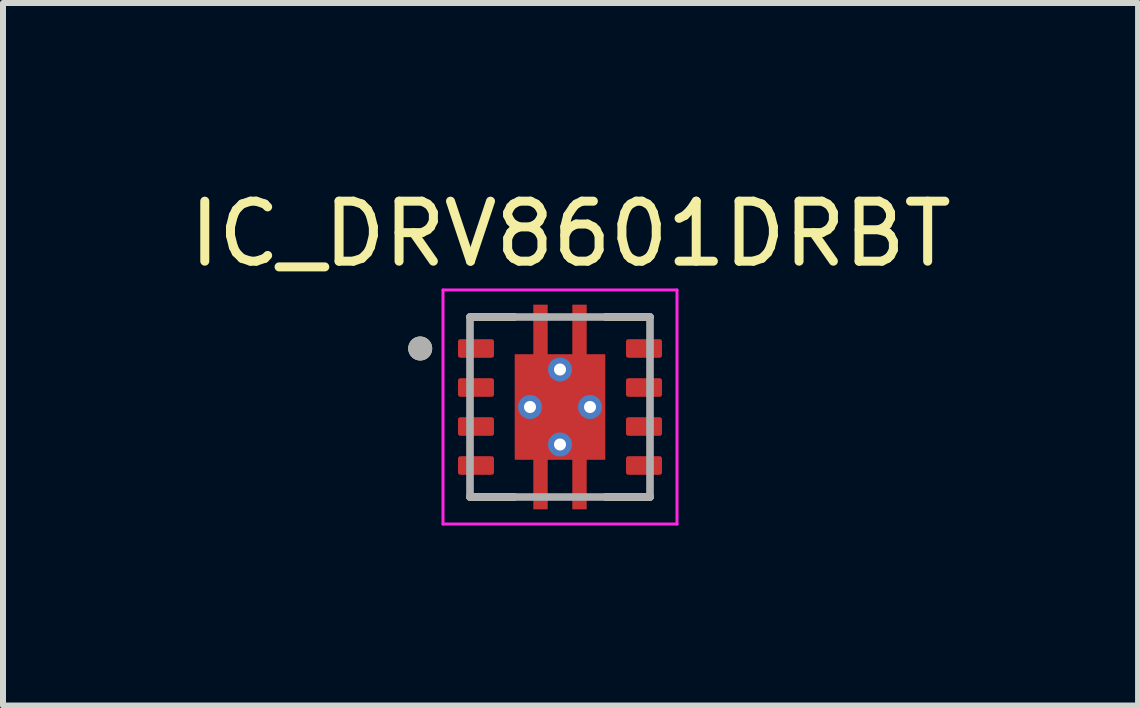
<source format=kicad_pcb>
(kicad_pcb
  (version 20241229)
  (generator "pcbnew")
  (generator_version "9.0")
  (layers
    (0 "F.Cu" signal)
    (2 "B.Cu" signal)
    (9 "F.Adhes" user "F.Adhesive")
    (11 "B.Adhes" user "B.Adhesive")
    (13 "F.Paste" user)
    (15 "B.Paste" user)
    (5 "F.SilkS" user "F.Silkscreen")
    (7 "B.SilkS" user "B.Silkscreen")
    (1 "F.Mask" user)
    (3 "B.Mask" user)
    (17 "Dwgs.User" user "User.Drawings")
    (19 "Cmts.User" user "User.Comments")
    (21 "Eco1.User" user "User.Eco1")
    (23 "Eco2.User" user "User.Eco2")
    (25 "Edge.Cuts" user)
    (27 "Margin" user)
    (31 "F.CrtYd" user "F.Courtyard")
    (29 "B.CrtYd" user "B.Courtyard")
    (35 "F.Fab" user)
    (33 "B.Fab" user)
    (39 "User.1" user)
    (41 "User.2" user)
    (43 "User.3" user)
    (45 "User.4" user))
  (footprint "IC_DRV8601DRBT"
    (layer "F.Cu")
    (at 6.283 3.733)
    (property "Reference" "IC_DRV8601DRBT" (at 0.175 -2.885 0) (layer "F.SilkS") (effects (font (size 1 1) (thickness 0.15))))
    (attr smd)
    (fp_poly (pts (xy -1.77 -1.2) (xy -1.03 -1.2) (xy -1.03 -0.75) (xy -1.77 -0.75)) (stroke (width 0.01) (type solid)) (fill yes) (layer "F.Mask"))
    (fp_poly (pts (xy -1.77 -0.55) (xy -1.03 -0.55) (xy -1.03 -0.1) (xy -1.77 -0.1)) (stroke (width 0.01) (type solid)) (fill yes) (layer "F.Mask"))
    (fp_poly (pts (xy -1.77 0.1) (xy -1.03 0.1) (xy -1.03 0.55) (xy -1.77 0.55)) (stroke (width 0.01) (type solid)) (fill yes) (layer "F.Mask"))
    (fp_poly (pts (xy -1.77 0.75) (xy -1.03 0.75) (xy -1.03 1.2) (xy -1.77 1.2)) (stroke (width 0.01) (type solid)) (fill yes) (layer "F.Mask"))
    (fp_poly (pts (xy 1.03 -1.2) (xy 1.77 -1.2) (xy 1.77 -0.75) (xy 1.03 -0.75)) (stroke (width 0.01) (type solid)) (fill yes) (layer "F.Mask"))
    (fp_poly (pts (xy 1.03 -0.55) (xy 1.77 -0.55) (xy 1.77 -0.1) (xy 1.03 -0.1)) (stroke (width 0.01) (type solid)) (fill yes) (layer "F.Mask"))
    (fp_poly (pts (xy 1.03 0.1) (xy 1.77 0.1) (xy 1.77 0.55) (xy 1.03 0.55)) (stroke (width 0.01) (type solid)) (fill yes) (layer "F.Mask"))
    (fp_poly (pts (xy 1.03 0.75) (xy 1.77 0.75) (xy 1.77 1.2) (xy 1.03 1.2)) (stroke (width 0.01) (type solid)) (fill yes) (layer "F.Mask"))
    (fp_poly (pts (xy -0.82 -0.945) (xy -0.51 -0.945) (xy -0.51 -1.77) (xy -0.14 -1.77) (xy -0.14 -0.945) (xy 0.14 -0.945) (xy 0.14 -1.77) (xy 0.51 -1.77) (xy 0.51 -0.945) (xy 0.82 -0.945) (xy 0.82 0.945) (xy 0.51 0.945) (xy 0.51 1.77) (xy 0.14 1.77) (xy 0.14 0.945) (xy -0.14 0.945) (xy -0.14 1.77) (xy -0.51 1.77) (xy -0.51 0.945) (xy -0.82 0.945)) (stroke (width 0.01) (type solid)) (fill yes) (layer "F.Mask"))
    (fp_line (start -1.5 -1.5) (end -0.76 -1.5) (stroke (width 0.127) (type solid)) (layer "F.SilkS"))
    (fp_line (start -1.5 1.5) (end -0.76 1.5) (stroke (width 0.127) (type solid)) (layer "F.SilkS"))
    (fp_line (start 0.76 -1.5) (end 1.5 -1.5) (stroke (width 0.127) (type solid)) (layer "F.SilkS"))
    (fp_line (start 0.76 1.5) (end 1.5 1.5) (stroke (width 0.127) (type solid)) (layer "F.SilkS"))
    (fp_circle (center -2.33 -0.975) (end -2.23 -0.975) (stroke (width 0.2) (type solid)) (fill no) (layer "F.SilkS"))
    (fp_poly (pts (xy -0.67 -0.775) (xy 0.67 -0.775) (xy 0.67 0.775) (xy -0.67 0.775)) (stroke (width 0.01) (type solid)) (fill yes) (layer "F.Paste"))
    (fp_poly (pts (xy -0.44 -1.7) (xy -0.21 -1.7) (xy -0.21 -0.975) (xy -0.44 -0.975)) (stroke (width 0.01) (type solid)) (fill yes) (layer "F.Paste"))
    (fp_poly (pts (xy -0.21 1.7) (xy -0.44 1.7) (xy -0.44 0.975) (xy -0.21 0.975)) (stroke (width 0.01) (type solid)) (fill yes) (layer "F.Paste"))
    (fp_poly (pts (xy 0.21 -1.7) (xy 0.44 -1.7) (xy 0.44 -0.975) (xy 0.21 -0.975)) (stroke (width 0.01) (type solid)) (fill yes) (layer "F.Paste"))
    (fp_poly (pts (xy 0.44 1.7) (xy 0.21 1.7) (xy 0.21 0.975) (xy 0.44 0.975)) (stroke (width 0.01) (type solid)) (fill yes) (layer "F.Paste"))
    (fp_line (start -1.95 -1.95) (end -1.95 1.95) (stroke (width 0.05) (type solid)) (layer "F.CrtYd"))
    (fp_line (start -1.95 -1.95) (end 1.95 -1.95) (stroke (width 0.05) (type solid)) (layer "F.CrtYd"))
    (fp_line (start -1.95 1.95) (end 1.95 1.95) (stroke (width 0.05) (type solid)) (layer "F.CrtYd"))
    (fp_line (start 1.95 -1.95) (end 1.95 1.95) (stroke (width 0.05) (type solid)) (layer "F.CrtYd"))
    (fp_line (start -1.5 -1.5) (end -1.5 1.5) (stroke (width 0.127) (type solid)) (layer "F.Fab"))
    (fp_line (start -1.5 -1.5) (end 1.5 -1.5) (stroke (width 0.127) (type solid)) (layer "F.Fab"))
    (fp_line (start -1.5 1.5) (end 1.5 1.5) (stroke (width 0.127) (type solid)) (layer "F.Fab"))
    (fp_line (start 1.5 -1.5) (end 1.5 1.5) (stroke (width 0.127) (type solid)) (layer "F.Fab"))
    (fp_circle (center -2.33 -0.975) (end -2.23 -0.975) (stroke (width 0.2) (type solid)) (fill no) (layer "F.Fab"))
    (pad "1" smd roundrect (at -1.4 -0.975) (size 0.6 0.31) (layers "F.Cu" "F.Paste") (roundrect_rratio 0.125))
    (pad "2" smd roundrect (at -1.4 -0.325) (size 0.6 0.31) (layers "F.Cu" "F.Paste") (roundrect_rratio 0.125))
    (pad "3" smd roundrect (at -1.4 0.325) (size 0.6 0.31) (layers "F.Cu" "F.Paste") (roundrect_rratio 0.125))
    (pad "4" smd roundrect (at -1.4 0.975) (size 0.6 0.31) (layers "F.Cu" "F.Paste") (roundrect_rratio 0.125))
    (pad "5" smd roundrect (at 1.4 0.975) (size 0.6 0.31) (layers "F.Cu" "F.Paste") (roundrect_rratio 0.125))
    (pad "6" smd roundrect (at 1.4 0.325) (size 0.6 0.31) (layers "F.Cu" "F.Paste") (roundrect_rratio 0.125))
    (pad "7" smd roundrect (at 1.4 -0.325) (size 0.6 0.31) (layers "F.Cu" "F.Paste") (roundrect_rratio 0.125))
    (pad "8" smd roundrect (at 1.4 -0.975) (size 0.6 0.31) (layers "F.Cu" "F.Paste") (roundrect_rratio 0.125))
    (pad "9" thru_hole circle (at -0.5 0) (size 0.4 0.4) (drill 0.2) (layers "*.Cu"))
    (pad "9" thru_hole circle (at 0 -0.625) (size 0.4 0.4) (drill 0.2) (layers "*.Cu"))
    (pad "9" smd custom (at 0 0) (size 1.5 1.75) (layers "F.Cu") (options (anchor rect)) (primitives (gr_poly (pts (xy -0.75 -0.875) (xy -0.44 -0.875) (xy -0.44 -1.7) (xy -0.21 -1.7) (xy -0.21 -0.875) (xy 0.21 -0.875) (xy 0.21 -1.7) (xy 0.44 -1.7) (xy 0.44 -0.875) (xy 0.75 -0.875) (xy 0.75 0.875) (xy 0.44 0.875) (xy 0.44 1.7) (xy 0.21 1.7) (xy 0.21 0.875) (xy -0.21 0.875) (xy -0.21 1.7) (xy -0.44 1.7) (xy -0.44 0.875) (xy -0.75 0.875)) (width 0.01) (fill yes))))
    (pad "9" thru_hole circle (at 0 0.625) (size 0.4 0.4) (drill 0.2) (layers "*.Cu"))
    (pad "9" thru_hole circle (at 0.5 0) (size 0.4 0.4) (drill 0.2) (layers "*.Cu")))
  (gr_rect
    (start -3 -3)
    (end 15.917 8.708)
    (stroke (width 0.1) (type default))
    (fill no)
    (layer "Edge.Cuts")))
</source>
